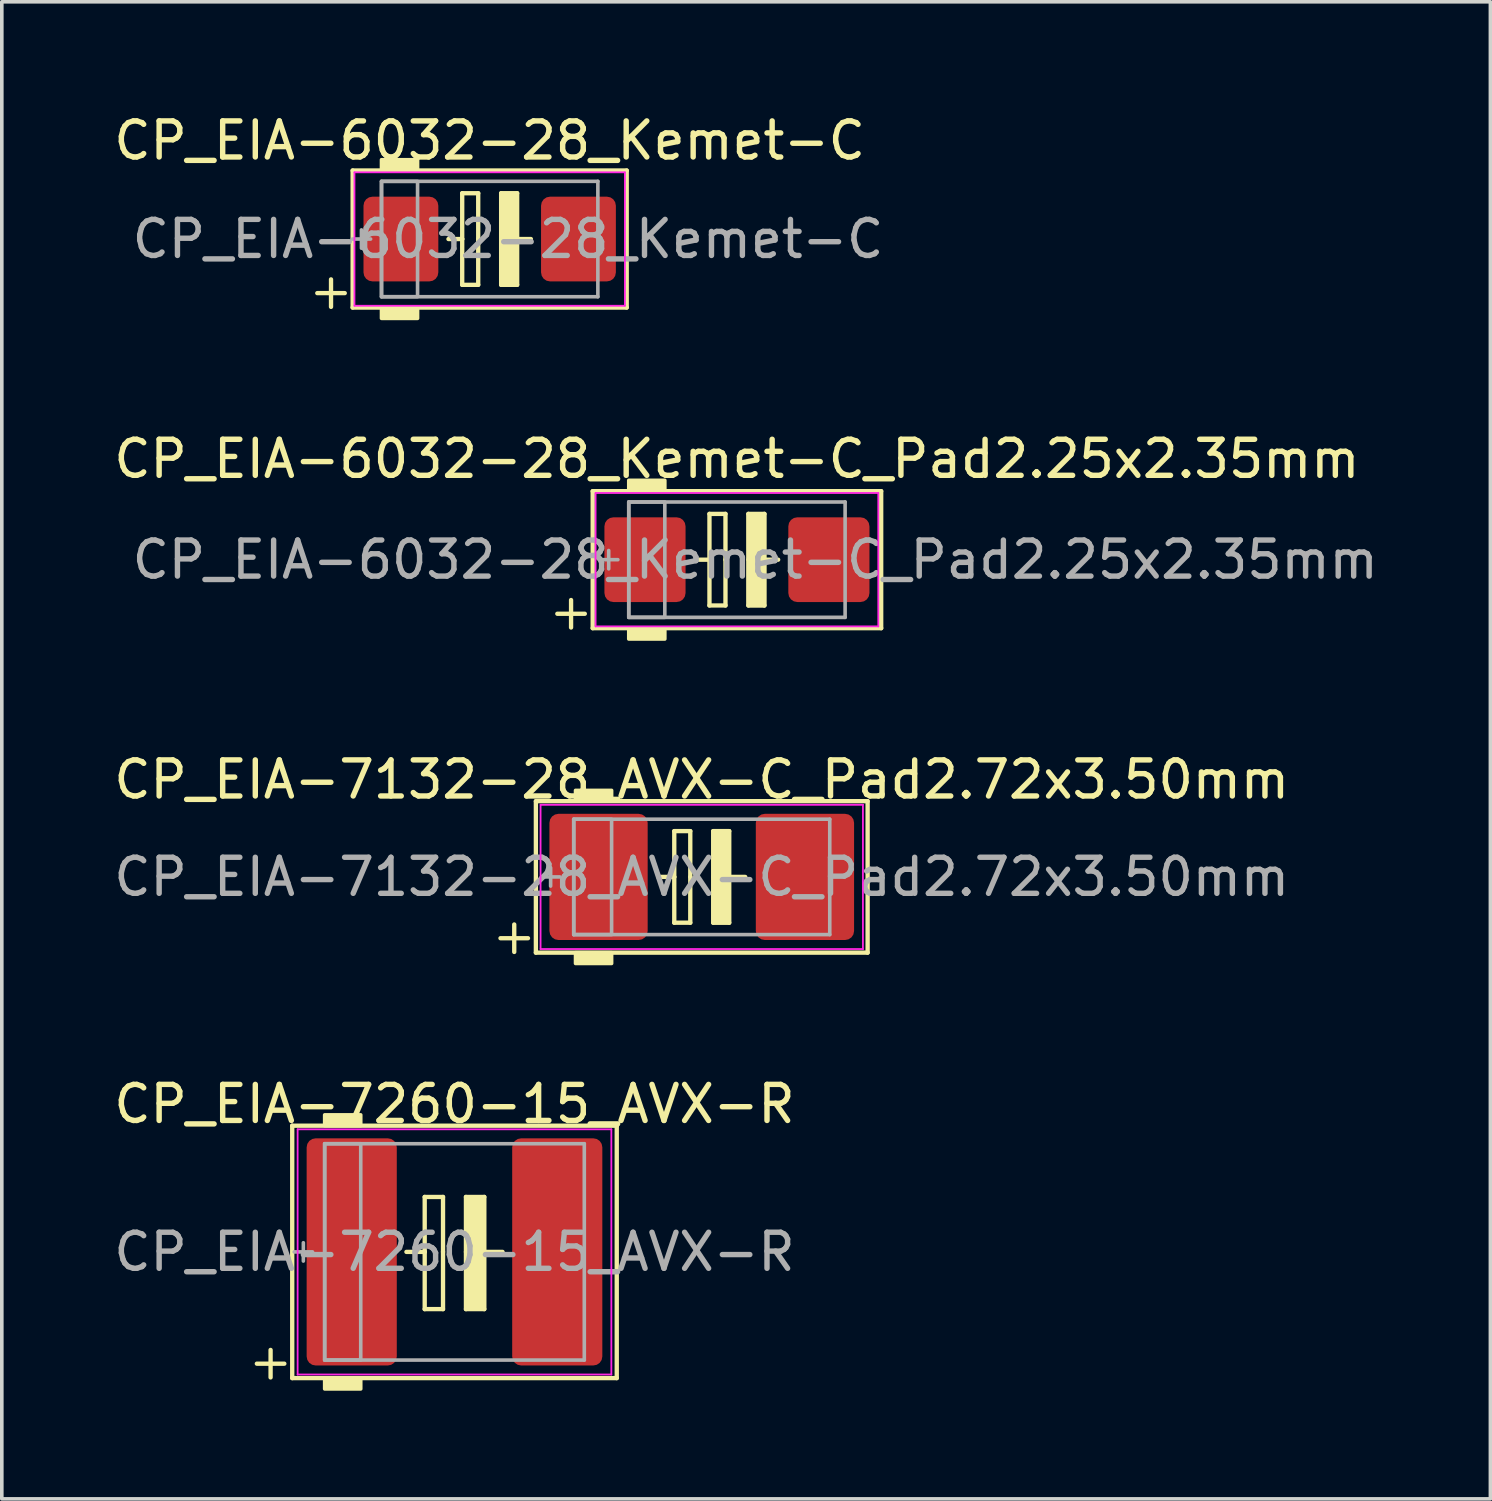
<source format=kicad_pcb>
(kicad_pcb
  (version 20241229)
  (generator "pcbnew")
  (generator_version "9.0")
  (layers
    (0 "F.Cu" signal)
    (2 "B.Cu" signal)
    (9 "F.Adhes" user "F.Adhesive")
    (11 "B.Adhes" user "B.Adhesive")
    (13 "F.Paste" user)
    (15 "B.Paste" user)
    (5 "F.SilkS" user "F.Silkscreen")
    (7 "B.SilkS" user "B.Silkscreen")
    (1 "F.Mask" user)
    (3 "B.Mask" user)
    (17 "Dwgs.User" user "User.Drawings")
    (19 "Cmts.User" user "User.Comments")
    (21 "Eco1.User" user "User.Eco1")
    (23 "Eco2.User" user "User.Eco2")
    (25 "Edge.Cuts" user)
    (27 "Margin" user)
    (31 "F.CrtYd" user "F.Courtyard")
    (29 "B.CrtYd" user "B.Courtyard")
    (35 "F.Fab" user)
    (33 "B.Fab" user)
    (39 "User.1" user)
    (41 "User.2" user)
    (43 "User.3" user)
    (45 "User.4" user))
  (footprint "CP_EIA-7132-28_AVX-C_Pad2.72x3.50mm"
    (layer "F.Cu")
    (at 16.411 21.269)
    (property "Reference" "CP_EIA-7132-28_AVX-C_Pad2.72x3.50mm" (at 0 -2.7 0) (layer "F.SilkS") (effects (font (size 1 1) (thickness 0.15))))
    (attr smd)
    (fp_line (start -5.581 1.7) (end -4.819 1.7) (stroke (width 0.12) (type solid)) (layer "F.SilkS"))
    (fp_line (start -5.2 1.319) (end -5.2 2.081) (stroke (width 0.12) (type solid)) (layer "F.SilkS"))
    (fp_line (start -4.6 -2.1) (end -4.6 2.1) (stroke (width 0.12) (type solid)) (layer "F.SilkS"))
    (fp_line (start -4.6 2.1) (end 4.6 2.1) (stroke (width 0.12) (type solid)) (layer "F.SilkS"))
    (fp_line (start -0.762 -1.27) (end -0.762 0) (stroke (width 0.12) (type solid)) (layer "F.SilkS"))
    (fp_line (start -0.762 0) (end -1.206 0) (stroke (width 0.12) (type solid)) (layer "F.SilkS"))
    (fp_line (start -0.762 1.27) (end -0.762 0) (stroke (width 0.12) (type solid)) (layer "F.SilkS"))
    (fp_line (start -0.318 -1.27) (end -0.762 -1.27) (stroke (width 0.12) (type solid)) (layer "F.SilkS"))
    (fp_line (start -0.318 -1.27) (end -0.318 0) (stroke (width 0.12) (type solid)) (layer "F.SilkS"))
    (fp_line (start -0.318 1.27) (end -0.762 1.27) (stroke (width 0.12) (type solid)) (layer "F.SilkS"))
    (fp_line (start -0.318 1.27) (end -0.318 0) (stroke (width 0.12) (type solid)) (layer "F.SilkS"))
    (fp_line (start 0.318 -1.27) (end 0.318 0) (stroke (width 0.12) (type solid)) (layer "F.SilkS"))
    (fp_line (start 0.318 1.27) (end 0.318 0) (stroke (width 0.12) (type solid)) (layer "F.SilkS"))
    (fp_line (start 0.762 -1.27) (end 0.318 -1.27) (stroke (width 0.12) (type solid)) (layer "F.SilkS"))
    (fp_line (start 0.762 -1.27) (end 0.762 0) (stroke (width 0.12) (type solid)) (layer "F.SilkS"))
    (fp_line (start 0.762 0) (end 1.206 0) (stroke (width 0.12) (type solid)) (layer "F.SilkS"))
    (fp_line (start 0.762 1.27) (end 0.318 1.27) (stroke (width 0.12) (type solid)) (layer "F.SilkS"))
    (fp_line (start 0.762 1.27) (end 0.762 0) (stroke (width 0.12) (type solid)) (layer "F.SilkS"))
    (fp_line (start 4.6 -2.1) (end -4.6 -2.1) (stroke (width 0.12) (type solid)) (layer "F.SilkS"))
    (fp_line (start 4.6 2.1) (end 4.6 -2.1) (stroke (width 0.12) (type solid)) (layer "F.SilkS"))
    (fp_poly (pts (xy -2.5 -2.1) (xy -3.5 -2.1) (xy -3.5 -2.4) (xy -2.5 -2.4)) (stroke (width 0.1) (type solid)) (fill yes) (layer "F.SilkS"))
    (fp_poly (pts (xy -2.5 2.4) (xy -3.5 2.4) (xy -3.5 2.1) (xy -2.5 2.1)) (stroke (width 0.1) (type solid)) (fill yes) (layer "F.SilkS"))
    (fp_poly (pts (xy 0.762 1.27) (xy 0.318 1.27) (xy 0.318 -1.27) (xy 0.762 -1.27)) (stroke (width 0.1) (type solid)) (fill yes) (layer "F.SilkS"))
    (fp_line (start -4.47 -2) (end 4.47 -2) (stroke (width 0.05) (type solid)) (layer "F.CrtYd"))
    (fp_line (start -4.47 2) (end -4.47 -2) (stroke (width 0.05) (type solid)) (layer "F.CrtYd"))
    (fp_line (start 4.47 -2) (end 4.47 2) (stroke (width 0.05) (type solid)) (layer "F.CrtYd"))
    (fp_line (start 4.47 2) (end -4.47 2) (stroke (width 0.05) (type solid)) (layer "F.CrtYd"))
    (fp_line (start -4.191 -0.254) (end -4.191 0.254) (stroke (width 0.1) (type solid)) (layer "F.Fab"))
    (fp_line (start -3.937 0) (end -4.445 0) (stroke (width 0.1) (type solid)) (layer "F.Fab"))
    (fp_line (start -3.55 -1.6) (end -3.55 1.6) (stroke (width 0.1) (type solid)) (layer "F.Fab"))
    (fp_line (start -3.55 1.6) (end 3.55 1.6) (stroke (width 0.1) (type solid)) (layer "F.Fab"))
    (fp_line (start 3.55 -1.6) (end -3.55 -1.6) (stroke (width 0.1) (type solid)) (layer "F.Fab"))
    (fp_line (start 3.55 1.6) (end 3.55 -1.6) (stroke (width 0.1) (type solid)) (layer "F.Fab"))
    (fp_rect (start -3.55 -1.6) (end -2.5 1.6) (stroke (width 0.1) (type solid)) (fill no) (layer "F.Fab"))
    (fp_text user "${REFERENCE}" (at 0 0 0) (layer "F.Fab") (effects (font (size 1 1) (thickness 0.15))))
    (pad "1" smd roundrect (at -2.862 0) (size 2.725 3.5) (layers "F.Cu" "F.Mask" "F.Paste") (roundrect_rratio 0.092))
    (pad "2" smd roundrect (at 2.862 0) (size 2.725 3.5) (layers "F.Cu" "F.Mask" "F.Paste") (roundrect_rratio 0.092)))
  (footprint "CP_EIA-6032-28_Kemet-C"
    (layer "F.Cu")
    (at 10.53 3.579)
    (property "Reference" "CP_EIA-6032-28_Kemet-C" (at 0 -2.731 0) (layer "F.SilkS") (effects (font (size 1 1) (thickness 0.15))))
    (attr smd)
    (fp_line (start -4.781 1.5) (end -4.019 1.5) (stroke (width 0.12) (type solid)) (layer "F.SilkS"))
    (fp_line (start -4.4 1.119) (end -4.4 1.881) (stroke (width 0.12) (type solid)) (layer "F.SilkS"))
    (fp_line (start -3.8 -1.9) (end -3.8 1.9) (stroke (width 0.12) (type solid)) (layer "F.SilkS"))
    (fp_line (start -3.8 1.9) (end 3.8 1.9) (stroke (width 0.12) (type solid)) (layer "F.SilkS"))
    (fp_line (start -0.762 -1.27) (end -0.762 0) (stroke (width 0.12) (type solid)) (layer "F.SilkS"))
    (fp_line (start -0.762 0) (end -1.143 0) (stroke (width 0.12) (type solid)) (layer "F.SilkS"))
    (fp_line (start -0.762 1.27) (end -0.762 0) (stroke (width 0.12) (type solid)) (layer "F.SilkS"))
    (fp_line (start -0.318 -1.27) (end -0.762 -1.27) (stroke (width 0.12) (type solid)) (layer "F.SilkS"))
    (fp_line (start -0.318 -1.27) (end -0.318 0) (stroke (width 0.12) (type solid)) (layer "F.SilkS"))
    (fp_line (start -0.318 1.27) (end -0.762 1.27) (stroke (width 0.12) (type solid)) (layer "F.SilkS"))
    (fp_line (start -0.318 1.27) (end -0.318 0) (stroke (width 0.12) (type solid)) (layer "F.SilkS"))
    (fp_line (start 0.318 -1.27) (end 0.318 0) (stroke (width 0.12) (type solid)) (layer "F.SilkS"))
    (fp_line (start 0.318 1.27) (end 0.318 0) (stroke (width 0.12) (type solid)) (layer "F.SilkS"))
    (fp_line (start 0.762 -1.27) (end 0.318 -1.27) (stroke (width 0.12) (type solid)) (layer "F.SilkS"))
    (fp_line (start 0.762 -1.27) (end 0.762 0) (stroke (width 0.12) (type solid)) (layer "F.SilkS"))
    (fp_line (start 0.762 0) (end 1.143 0) (stroke (width 0.12) (type solid)) (layer "F.SilkS"))
    (fp_line (start 0.762 1.27) (end 0.318 1.27) (stroke (width 0.12) (type solid)) (layer "F.SilkS"))
    (fp_line (start 0.762 1.27) (end 0.762 0) (stroke (width 0.12) (type solid)) (layer "F.SilkS"))
    (fp_line (start 3.8 -1.9) (end -3.8 -1.9) (stroke (width 0.12) (type solid)) (layer "F.SilkS"))
    (fp_line (start 3.8 1.9) (end 3.8 -1.9) (stroke (width 0.12) (type solid)) (layer "F.SilkS"))
    (fp_poly (pts (xy -2 -1.9) (xy -3 -1.9) (xy -3 -2.2) (xy -2 -2.2)) (stroke (width 0.1) (type solid)) (fill yes) (layer "F.SilkS"))
    (fp_poly (pts (xy -2 2.2) (xy -3 2.2) (xy -3 1.9) (xy -2 1.9)) (stroke (width 0.1) (type solid)) (fill yes) (layer "F.SilkS"))
    (fp_poly (pts (xy 0.762 1.27) (xy 0.318 1.27) (xy 0.318 -1.27) (xy 0.762 -1.27)) (stroke (width 0.1) (type solid)) (fill yes) (layer "F.SilkS"))
    (fp_line (start -3.75 -1.85) (end 3.75 -1.85) (stroke (width 0.05) (type solid)) (layer "F.CrtYd"))
    (fp_line (start -3.75 1.85) (end -3.75 -1.85) (stroke (width 0.05) (type solid)) (layer "F.CrtYd"))
    (fp_line (start 3.75 -1.85) (end 3.75 1.85) (stroke (width 0.05) (type solid)) (layer "F.CrtYd"))
    (fp_line (start 3.75 1.85) (end -3.75 1.85) (stroke (width 0.05) (type solid)) (layer "F.CrtYd"))
    (fp_line (start -3.556 -0.254) (end -3.556 0.254) (stroke (width 0.1) (type solid)) (layer "F.Fab"))
    (fp_line (start -3.302 0) (end -3.81 0) (stroke (width 0.1) (type solid)) (layer "F.Fab"))
    (fp_line (start -3 -1.6) (end -3 1.6) (stroke (width 0.1) (type solid)) (layer "F.Fab"))
    (fp_line (start -3 1.6) (end 3 1.6) (stroke (width 0.1) (type solid)) (layer "F.Fab"))
    (fp_line (start 3 -1.6) (end -3 -1.6) (stroke (width 0.1) (type solid)) (layer "F.Fab"))
    (fp_line (start 3 1.6) (end 3 -1.6) (stroke (width 0.1) (type solid)) (layer "F.Fab"))
    (fp_rect (start -3 -1.6) (end -2 1.6) (stroke (width 0.1) (type solid)) (fill no) (layer "F.Fab"))
    (fp_text user "${REFERENCE}" (at 0.508 0 0) (layer "F.Fab") (effects (font (size 1 1) (thickness 0.15))))
    (pad "1" smd roundrect (at -2.462 0) (size 2.075 2.35) (layers "F.Cu" "F.Mask" "F.Paste") (roundrect_rratio 0.12))
    (pad "2" smd roundrect (at 2.462 0) (size 2.075 2.35) (layers "F.Cu" "F.Mask" "F.Paste") (roundrect_rratio 0.12)))
  (footprint "CP_EIA-7260-15_AVX-R"
    (layer "F.Cu")
    (at 9.554 31.668)
    (property "Reference" "CP_EIA-7260-15_AVX-R" (at 0 -4.1 0) (layer "F.SilkS") (effects (font (size 1 1) (thickness 0.15))))
    (attr smd)
    (fp_line (start -5.481 3.1) (end -4.719 3.1) (stroke (width 0.12) (type solid)) (layer "F.SilkS"))
    (fp_line (start -5.1 2.719) (end -5.1 3.481) (stroke (width 0.12) (type solid)) (layer "F.SilkS"))
    (fp_line (start -4.5 -3.5) (end -4.5 3.5) (stroke (width 0.12) (type solid)) (layer "F.SilkS"))
    (fp_line (start -4.5 3.5) (end 4.5 3.5) (stroke (width 0.12) (type solid)) (layer "F.SilkS"))
    (fp_line (start -1.333 0) (end -0.826 0) (stroke (width 0.12) (type solid)) (layer "F.SilkS"))
    (fp_line (start -0.826 -1.524) (end -0.826 0) (stroke (width 0.12) (type solid)) (layer "F.SilkS"))
    (fp_line (start -0.826 1.587) (end -0.826 0) (stroke (width 0.12) (type solid)) (layer "F.SilkS"))
    (fp_line (start -0.826 1.587) (end -0.318 1.587) (stroke (width 0.12) (type solid)) (layer "F.SilkS"))
    (fp_line (start -0.318 -1.524) (end -0.826 -1.524) (stroke (width 0.12) (type solid)) (layer "F.SilkS"))
    (fp_line (start -0.318 -1.524) (end -0.318 0) (stroke (width 0.12) (type solid)) (layer "F.SilkS"))
    (fp_line (start -0.318 1.587) (end -0.318 0) (stroke (width 0.12) (type solid)) (layer "F.SilkS"))
    (fp_line (start 0.318 -1.524) (end 0.318 0) (stroke (width 0.12) (type solid)) (layer "F.SilkS"))
    (fp_line (start 0.318 1.587) (end 0.318 0) (stroke (width 0.12) (type solid)) (layer "F.SilkS"))
    (fp_line (start 0.318 1.587) (end 0.826 1.587) (stroke (width 0.12) (type solid)) (layer "F.SilkS"))
    (fp_line (start 0.826 -1.524) (end 0.318 -1.524) (stroke (width 0.12) (type solid)) (layer "F.SilkS"))
    (fp_line (start 0.826 -1.524) (end 0.826 0) (stroke (width 0.12) (type solid)) (layer "F.SilkS"))
    (fp_line (start 0.826 0) (end 1.333 0) (stroke (width 0.12) (type solid)) (layer "F.SilkS"))
    (fp_line (start 0.826 1.587) (end 0.826 0) (stroke (width 0.12) (type solid)) (layer "F.SilkS"))
    (fp_line (start 4.5 -3.5) (end -4.5 -3.5) (stroke (width 0.12) (type solid)) (layer "F.SilkS"))
    (fp_line (start 4.5 3.5) (end 4.5 -3.5) (stroke (width 0.12) (type solid)) (layer "F.SilkS"))
    (fp_poly (pts (xy -2.6 -3.5) (xy -3.6 -3.5) (xy -3.6 -3.8) (xy -2.6 -3.8)) (stroke (width 0.1) (type solid)) (fill yes) (layer "F.SilkS"))
    (fp_poly (pts (xy -2.6 3.8) (xy -3.6 3.8) (xy -3.6 3.5) (xy -2.6 3.5)) (stroke (width 0.1) (type solid)) (fill yes) (layer "F.SilkS"))
    (fp_poly (pts (xy 0.826 1.587) (xy 0.318 1.587) (xy 0.318 -1.524) (xy 0.826 -1.524)) (stroke (width 0.1) (type solid)) (fill yes) (layer "F.SilkS"))
    (fp_line (start -4.35 -3.4) (end 4.35 -3.4) (stroke (width 0.05) (type solid)) (layer "F.CrtYd"))
    (fp_line (start -4.35 3.4) (end -4.35 -3.4) (stroke (width 0.05) (type solid)) (layer "F.CrtYd"))
    (fp_line (start 4.35 -3.4) (end 4.35 3.4) (stroke (width 0.05) (type solid)) (layer "F.CrtYd"))
    (fp_line (start 4.35 3.4) (end -4.35 3.4) (stroke (width 0.05) (type solid)) (layer "F.CrtYd"))
    (fp_line (start -4.191 -0.254) (end -4.191 0.254) (stroke (width 0.1) (type solid)) (layer "F.Fab"))
    (fp_line (start -3.937 0) (end -4.445 0) (stroke (width 0.1) (type solid)) (layer "F.Fab"))
    (fp_line (start -3.6 -3) (end -3.6 3) (stroke (width 0.1) (type solid)) (layer "F.Fab"))
    (fp_line (start -3.6 3) (end 3.6 3) (stroke (width 0.1) (type solid)) (layer "F.Fab"))
    (fp_line (start 3.6 -3) (end -3.6 -3) (stroke (width 0.1) (type solid)) (layer "F.Fab"))
    (fp_line (start 3.6 3) (end 3.6 -3) (stroke (width 0.1) (type solid)) (layer "F.Fab"))
    (fp_rect (start -3.6 -3) (end -2.6 3) (stroke (width 0.1) (type solid)) (fill no) (layer "F.Fab"))
    (fp_text user "${REFERENCE}" (at 0 0 0) (layer "F.Fab") (effects (font (size 1 1) (thickness 0.15))))
    (pad "1" smd roundrect (at -2.85 0) (size 2.5 6.3) (layers "F.Cu" "F.Mask" "F.Paste") (roundrect_rratio 0.1))
    (pad "2" smd roundrect (at 2.85 0) (size 2.5 6.3) (layers "F.Cu" "F.Mask" "F.Paste") (roundrect_rratio 0.1)))
  (footprint "CP_EIA-6032-28_Kemet-C_Pad2.25x2.35mm"
    (layer "F.Cu")
    (at 17.387 12.471)
    (property "Reference" "CP_EIA-6032-28_Kemet-C_Pad2.25x2.35mm" (at 0 -2.794 0) (layer "F.SilkS") (effects (font (size 1 1) (thickness 0.15))))
    (attr smd)
    (fp_line (start -4.981 1.5) (end -4.219 1.5) (stroke (width 0.12) (type solid)) (layer "F.SilkS"))
    (fp_line (start -4.6 1.119) (end -4.6 1.881) (stroke (width 0.12) (type solid)) (layer "F.SilkS"))
    (fp_line (start -4 -1.9) (end -4 1.9) (stroke (width 0.12) (type solid)) (layer "F.SilkS"))
    (fp_line (start -4 1.9) (end 4 1.9) (stroke (width 0.12) (type solid)) (layer "F.SilkS"))
    (fp_line (start -0.762 -1.27) (end -0.762 0) (stroke (width 0.12) (type solid)) (layer "F.SilkS"))
    (fp_line (start -0.762 0) (end -1.143 0) (stroke (width 0.12) (type solid)) (layer "F.SilkS"))
    (fp_line (start -0.762 1.27) (end -0.762 0) (stroke (width 0.12) (type solid)) (layer "F.SilkS"))
    (fp_line (start -0.318 -1.27) (end -0.762 -1.27) (stroke (width 0.12) (type solid)) (layer "F.SilkS"))
    (fp_line (start -0.318 -1.27) (end -0.318 0) (stroke (width 0.12) (type solid)) (layer "F.SilkS"))
    (fp_line (start -0.318 1.27) (end -0.762 1.27) (stroke (width 0.12) (type solid)) (layer "F.SilkS"))
    (fp_line (start -0.318 1.27) (end -0.318 0) (stroke (width 0.12) (type solid)) (layer "F.SilkS"))
    (fp_line (start 0.318 -1.27) (end 0.318 0) (stroke (width 0.12) (type solid)) (layer "F.SilkS"))
    (fp_line (start 0.318 1.27) (end 0.318 0) (stroke (width 0.12) (type solid)) (layer "F.SilkS"))
    (fp_line (start 0.762 -1.27) (end 0.318 -1.27) (stroke (width 0.12) (type solid)) (layer "F.SilkS"))
    (fp_line (start 0.762 -1.27) (end 0.762 0) (stroke (width 0.12) (type solid)) (layer "F.SilkS"))
    (fp_line (start 0.762 0) (end 1.143 0) (stroke (width 0.12) (type solid)) (layer "F.SilkS"))
    (fp_line (start 0.762 1.27) (end 0.318 1.27) (stroke (width 0.12) (type solid)) (layer "F.SilkS"))
    (fp_line (start 0.762 1.27) (end 0.762 0) (stroke (width 0.12) (type solid)) (layer "F.SilkS"))
    (fp_line (start 4 -1.9) (end -4 -1.9) (stroke (width 0.12) (type solid)) (layer "F.SilkS"))
    (fp_line (start 4 1.9) (end 4 -1.9) (stroke (width 0.12) (type solid)) (layer "F.SilkS"))
    (fp_poly (pts (xy -2 -1.9) (xy -3 -1.9) (xy -3 -2.2) (xy -2 -2.2)) (stroke (width 0.1) (type solid)) (fill yes) (layer "F.SilkS"))
    (fp_poly (pts (xy -2 2.2) (xy -3 2.2) (xy -3 1.9) (xy -2 1.9)) (stroke (width 0.1) (type solid)) (fill yes) (layer "F.SilkS"))
    (fp_poly (pts (xy 0.762 1.27) (xy 0.318 1.27) (xy 0.318 -1.27) (xy 0.762 -1.27)) (stroke (width 0.1) (type solid)) (fill yes) (layer "F.SilkS"))
    (fp_line (start -3.92 -1.85) (end 3.92 -1.85) (stroke (width 0.05) (type solid)) (layer "F.CrtYd"))
    (fp_line (start -3.92 1.85) (end -3.92 -1.85) (stroke (width 0.05) (type solid)) (layer "F.CrtYd"))
    (fp_line (start 3.92 -1.85) (end 3.92 1.85) (stroke (width 0.05) (type solid)) (layer "F.CrtYd"))
    (fp_line (start 3.92 1.85) (end -3.92 1.85) (stroke (width 0.05) (type solid)) (layer "F.CrtYd"))
    (fp_line (start -3.556 -0.254) (end -3.556 0.254) (stroke (width 0.1) (type solid)) (layer "F.Fab"))
    (fp_line (start -3.302 0) (end -3.81 0) (stroke (width 0.1) (type solid)) (layer "F.Fab"))
    (fp_line (start -3 -1.6) (end -3 1.6) (stroke (width 0.1) (type solid)) (layer "F.Fab"))
    (fp_line (start -3 1.6) (end 3 1.6) (stroke (width 0.1) (type solid)) (layer "F.Fab"))
    (fp_line (start 3 -1.6) (end -3 -1.6) (stroke (width 0.1) (type solid)) (layer "F.Fab"))
    (fp_line (start 3 1.6) (end 3 -1.6) (stroke (width 0.1) (type solid)) (layer "F.Fab"))
    (fp_rect (start -3 -1.6) (end -2 1.6) (stroke (width 0.1) (type solid)) (fill no) (layer "F.Fab"))
    (fp_text user "${REFERENCE}" (at 0.508 0 0) (layer "F.Fab") (effects (font (size 1 1) (thickness 0.15))))
    (pad "1" smd roundrect (at -2.55 0) (size 2.25 2.35) (layers "F.Cu" "F.Mask" "F.Paste") (roundrect_rratio 0.111))
    (pad "2" smd roundrect (at 2.55 0) (size 2.25 2.35) (layers "F.Cu" "F.Mask" "F.Paste") (roundrect_rratio 0.111)))
  (gr_rect
    (start -3 -3)
    (end 38.282 38.517)
    (stroke (width 0.1) (type default))
    (fill no)
    (layer "Edge.Cuts")))
</source>
